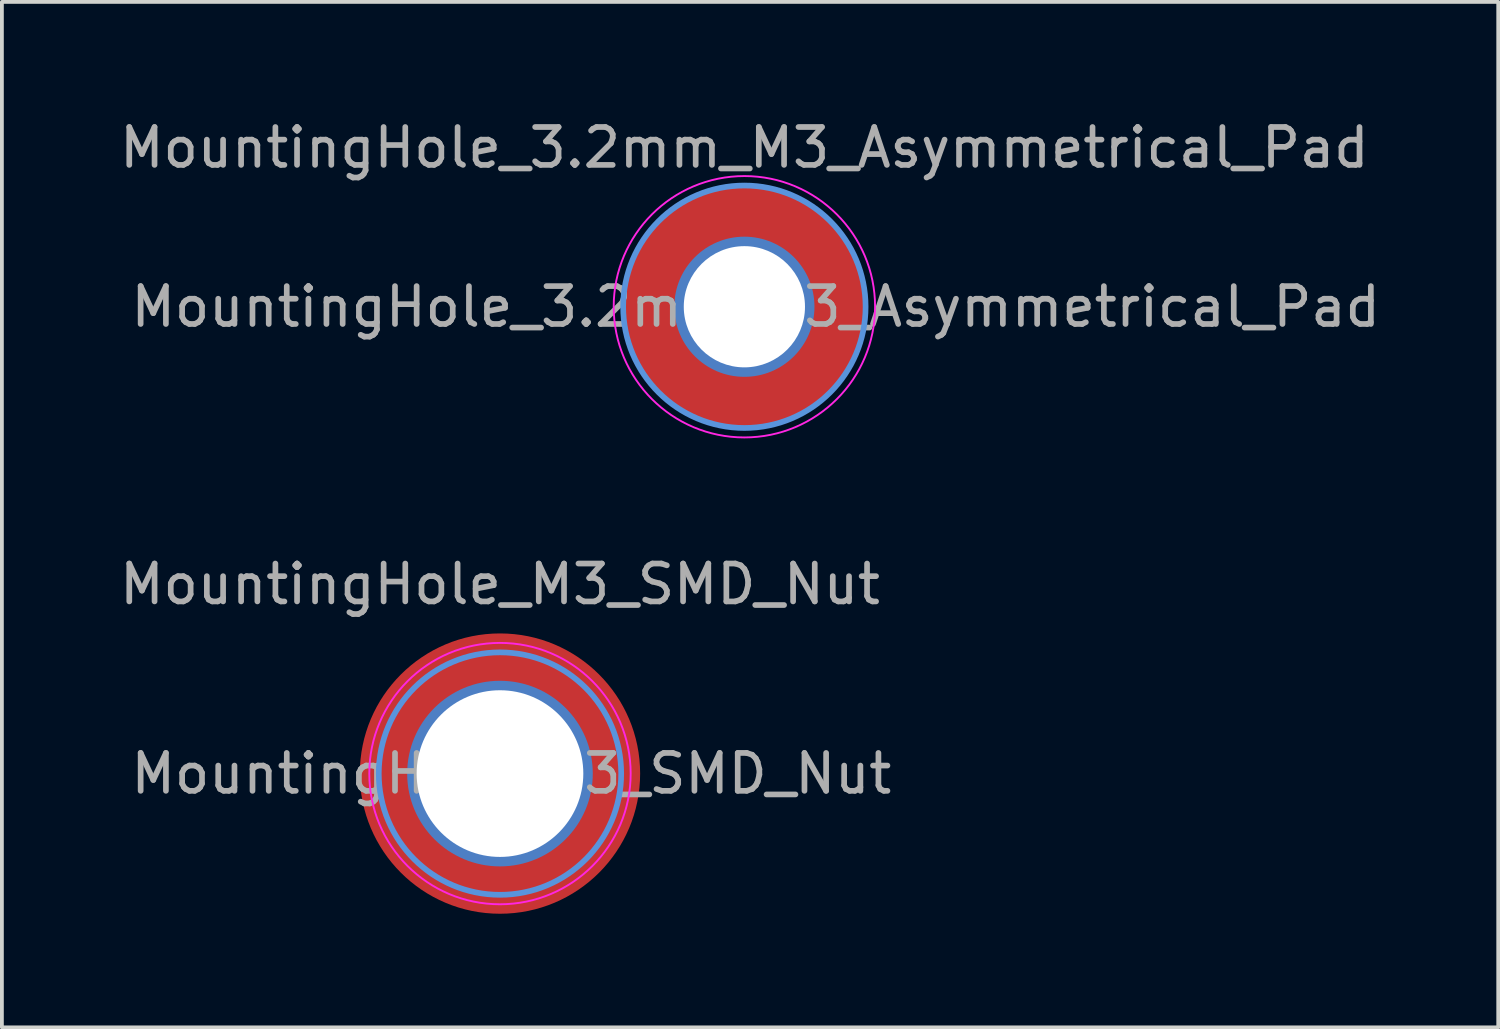
<source format=kicad_pcb>
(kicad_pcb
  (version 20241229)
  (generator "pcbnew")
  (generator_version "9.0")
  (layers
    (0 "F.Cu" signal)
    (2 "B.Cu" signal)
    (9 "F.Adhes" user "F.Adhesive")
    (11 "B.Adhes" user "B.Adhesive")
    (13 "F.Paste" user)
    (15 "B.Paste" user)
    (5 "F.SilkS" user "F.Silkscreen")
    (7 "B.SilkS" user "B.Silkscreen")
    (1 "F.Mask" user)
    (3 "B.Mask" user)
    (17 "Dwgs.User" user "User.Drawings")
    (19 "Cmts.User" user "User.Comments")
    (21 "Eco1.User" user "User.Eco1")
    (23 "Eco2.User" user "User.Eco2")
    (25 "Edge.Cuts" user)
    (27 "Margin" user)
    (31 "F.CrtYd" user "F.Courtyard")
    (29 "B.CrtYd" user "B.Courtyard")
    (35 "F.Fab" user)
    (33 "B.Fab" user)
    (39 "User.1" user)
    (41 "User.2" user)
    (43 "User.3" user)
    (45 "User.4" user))
  (footprint "MountingHole_3.2mm_M3_Asymmetrical_Pad"
    (layer "F.Cu")
    (at 16.601 5.048)
    (property "Reference" "MountingHole_3.2mm_M3_Asymmetrical_Pad" (at 0 -4.2 0) (layer "F.Fab") (effects (font (size 1 1) (thickness 0.15))))
    (attr exclude_from_pos_files exclude_from_bom)
    (fp_circle (center 0 0) (end 3.2 0) (stroke (width 0.15) (type solid)) (fill no) (layer "Cmts.User"))
    (fp_circle (center 0 0) (end 3.45 0) (stroke (width 0.05) (type solid)) (fill no) (layer "F.CrtYd"))
    (fp_text user "${REFERENCE}" (at 0.3 0 0) (layer "F.Fab") (effects (font (size 1 1) (thickness 0.15))))
    (pad "1" thru_hole circle (at 0 0) (size 3.7 3.7) (drill 3.2) (layers "*.Cu"))
    (pad "1" smd circle (at 0 0) (size 6.4 6.4) (layers "F.Cu" "F.Mask")))
  (footprint "MountingHole_M3_SMD_Nut"
    (layer "F.Cu")
    (at 10.149 17.372)
    (property "Reference" "MountingHole_M3_SMD_Nut" (at 0 -5 0) (layer "F.Fab") (effects (font (size 1 1) (thickness 0.15))))
    (attr through_hole)
    (fp_circle (center 0 0) (end 1.1 0) (stroke (width 2.2) (type solid)) (fill no) (layer "B.Mask"))
    (fp_arc (start -2.95 0) (mid -2.725445 -1.128916) (end -2.085965 -2.085965) (stroke (width 1.5) (type solid)) (layer "F.Paste"))
    (fp_arc (start 0 -2.95) (mid 1.128916 -2.725445) (end 2.085965 -2.085965) (stroke (width 1.5) (type solid)) (layer "F.Paste"))
    (fp_arc (start 0 2.95) (mid -1.128916 2.725445) (end -2.085965 2.085965) (stroke (width 1.5) (type solid)) (layer "F.Paste"))
    (fp_arc (start 2.95 0) (mid 2.725445 1.128916) (end 2.085965 2.085965) (stroke (width 1.5) (type solid)) (layer "F.Paste"))
    (fp_circle (center 0 0) (end 3.2 0) (stroke (width 0.15) (type solid)) (fill no) (layer "Cmts.User"))
    (fp_circle (center 0 0) (end 3.45 0) (stroke (width 0.05) (type solid)) (fill no) (layer "F.CrtYd"))
    (fp_text user "${REFERENCE}" (at 0.3 0 0) (layer "F.Fab") (effects (font (size 1 1) (thickness 0.15))))
    (pad "1" thru_hole circle (at 0 0) (size 4.9 4.9) (drill 4.4) (layers "*.Cu"))
    (pad "1" smd circle (at 0 0) (size 7.4 7.4) (layers "F.Cu" "F.Mask" "F.Paste")))
  (gr_rect
    (start -3 -3)
    (end 36.502 24.072)
    (stroke (width 0.1) (type default))
    (fill no)
    (layer "Edge.Cuts")))
</source>
